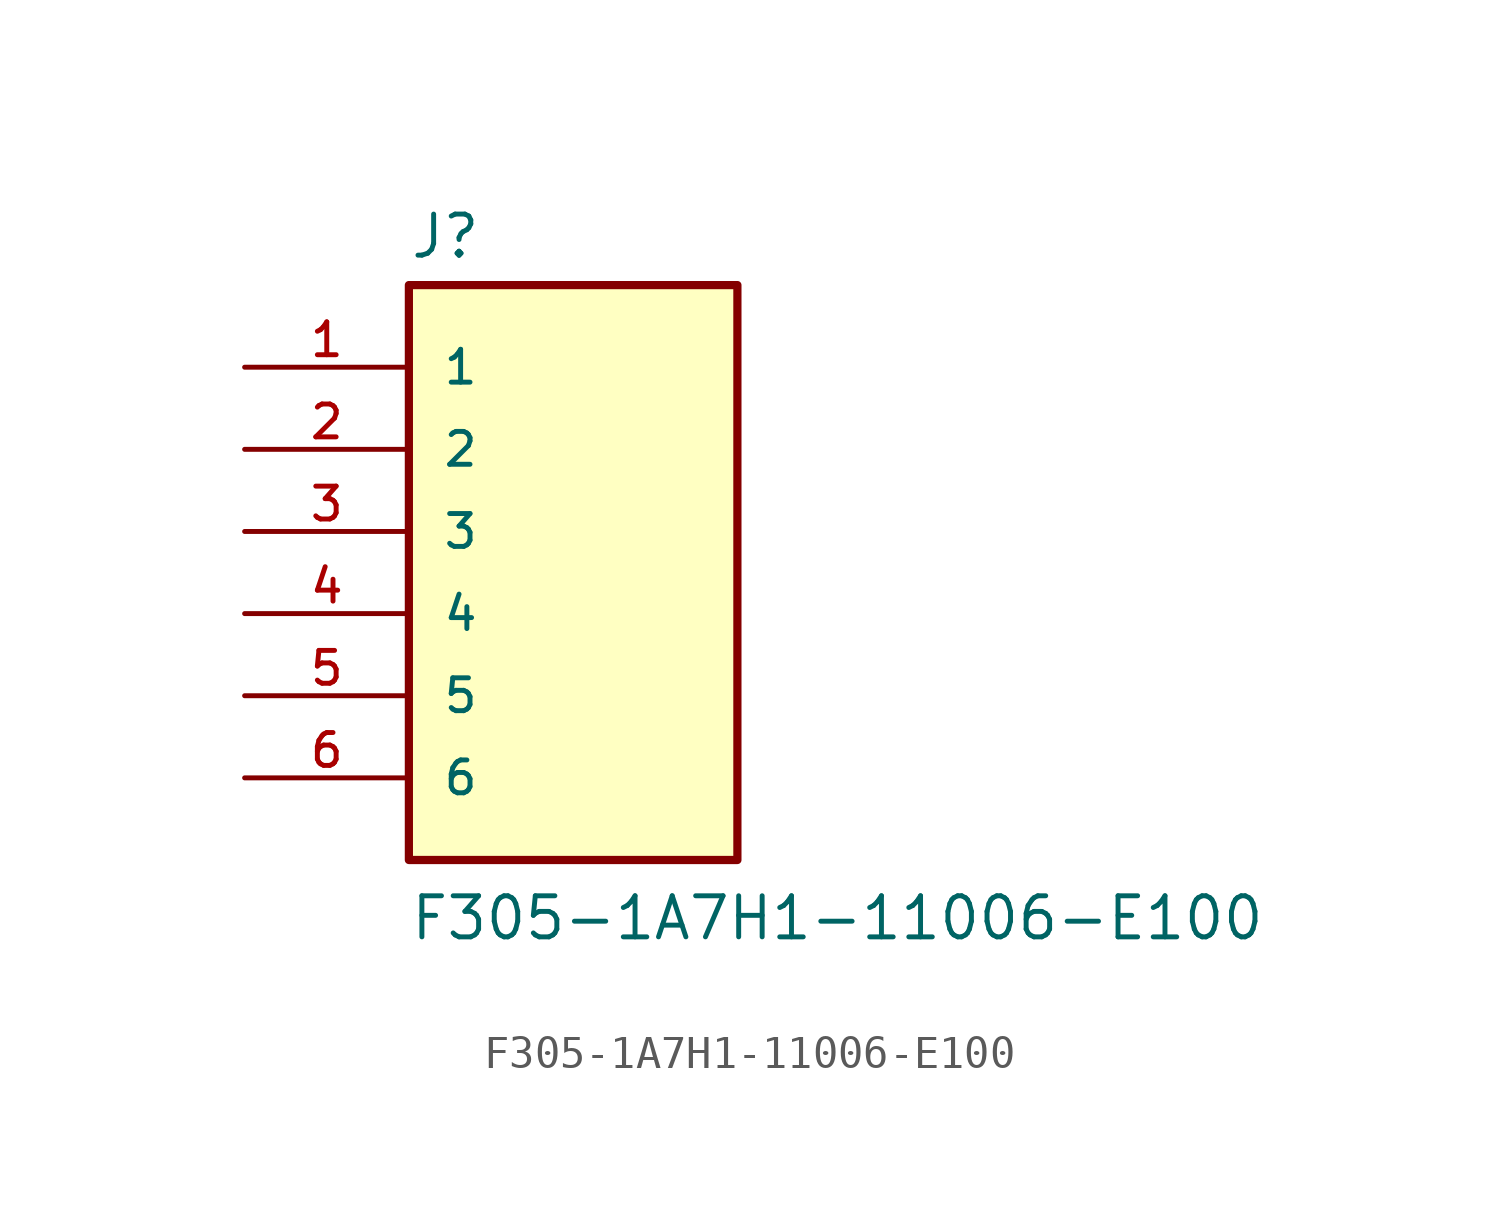
<source format=kicad_sym>
(kicad_symbol_lib
  (version 20211014)
  (generator kicad_symbol_editor)
  (symbol "F305-1A7H1-11006-E100"
    (pin_names
      (offset 1.016))
    (property "Reference" "J"
      (at -5.08 8.382 0)
      (effects (font (size 1.27 1.27)) (justify bottom left)))
    (property "Value" "F305-1A7H1-11006-E100"
      (at -5.08 -12.7 0)
      (effects (font (size 1.27 1.27)) (justify bottom left)))
    (symbol "F305-1A7H1-11006-E100_0_0"
      (rectangle (start -5.08 -10.16) (end 5.08 7.62) (stroke (width 0.254)) (fill (type background)))
      (pin passive line (at -10.16 5.08 0) (length 5.08) (name "1" (effects (font (size 1.016 1.016)))) (number "1" (effects (font (size 1.016 1.016)))))
      (pin passive line (at -10.16 2.54 0) (length 5.08) (name "2" (effects (font (size 1.016 1.016)))) (number "2" (effects (font (size 1.016 1.016)))))
      (pin passive line (at -10.16 0.0 0) (length 5.08) (name "3" (effects (font (size 1.016 1.016)))) (number "3" (effects (font (size 1.016 1.016)))))
      (pin passive line (at -10.16 -2.54 0) (length 5.08) (name "4" (effects (font (size 1.016 1.016)))) (number "4" (effects (font (size 1.016 1.016)))))
      (pin passive line (at -10.16 -5.08 0) (length 5.08) (name "5" (effects (font (size 1.016 1.016)))) (number "5" (effects (font (size 1.016 1.016)))))
      (pin passive line (at -10.16 -7.62 0) (length 5.08) (name "6" (effects (font (size 1.016 1.016)))) (number "6" (effects (font (size 1.016 1.016))))))))
</source>
